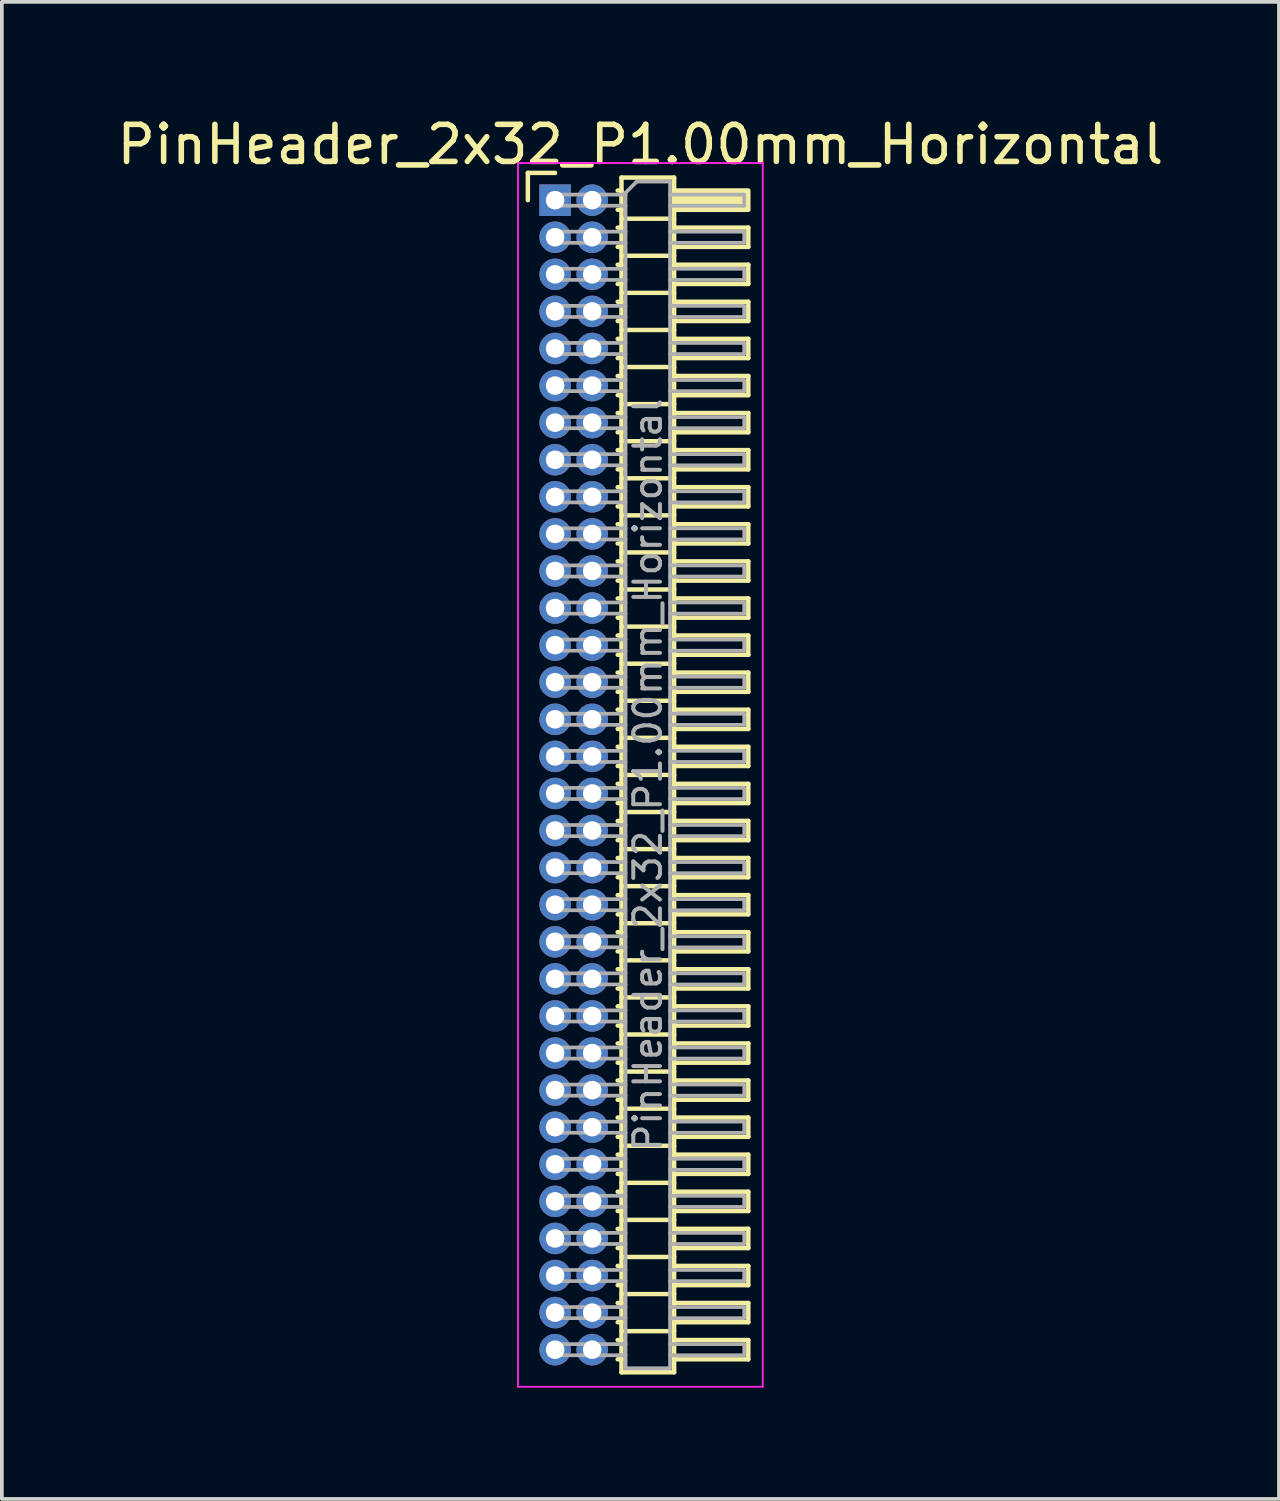
<source format=kicad_pcb>
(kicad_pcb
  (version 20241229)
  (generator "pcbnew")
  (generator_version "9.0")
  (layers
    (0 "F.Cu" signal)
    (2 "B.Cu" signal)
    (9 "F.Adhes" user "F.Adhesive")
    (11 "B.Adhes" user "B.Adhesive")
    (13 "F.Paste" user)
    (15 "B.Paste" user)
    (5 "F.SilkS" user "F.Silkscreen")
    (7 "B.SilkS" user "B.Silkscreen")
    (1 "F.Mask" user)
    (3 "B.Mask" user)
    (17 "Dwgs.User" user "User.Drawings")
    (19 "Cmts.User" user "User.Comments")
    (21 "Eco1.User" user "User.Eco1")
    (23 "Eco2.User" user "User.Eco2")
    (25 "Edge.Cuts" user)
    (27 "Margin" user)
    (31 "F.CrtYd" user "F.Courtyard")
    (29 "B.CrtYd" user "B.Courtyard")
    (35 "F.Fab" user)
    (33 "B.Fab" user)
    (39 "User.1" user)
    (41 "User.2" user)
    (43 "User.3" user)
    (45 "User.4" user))
  (footprint "PinHeader_2x32_P1.00mm_Horizontal"
    (layer "F.Cu")
    (at 11.92 2.348)
    (property "Reference" "PinHeader_2x32_P1.00mm_Horizontal" (at 2.3 -1.5 0) (layer "F.SilkS") (effects (font (size 1 1) (thickness 0.15))))
    (attr through_hole)
    (fp_line (start -0.735 -0.735) (end 0 -0.735) (stroke (width 0.12) (type solid)) (layer "F.SilkS"))
    (fp_line (start -0.735 0) (end -0.735 -0.735) (stroke (width 0.12) (type solid)) (layer "F.SilkS"))
    (fp_line (start 1.687 -0.26) (end 1.79 -0.26) (stroke (width 0.12) (type solid)) (layer "F.SilkS"))
    (fp_line (start 1.687 0.26) (end 1.79 0.26) (stroke (width 0.12) (type solid)) (layer "F.SilkS"))
    (fp_line (start 1.687 0.74) (end 1.79 0.74) (stroke (width 0.12) (type solid)) (layer "F.SilkS"))
    (fp_line (start 1.687 1.26) (end 1.79 1.26) (stroke (width 0.12) (type solid)) (layer "F.SilkS"))
    (fp_line (start 1.687 1.74) (end 1.79 1.74) (stroke (width 0.12) (type solid)) (layer "F.SilkS"))
    (fp_line (start 1.687 2.26) (end 1.79 2.26) (stroke (width 0.12) (type solid)) (layer "F.SilkS"))
    (fp_line (start 1.687 2.74) (end 1.79 2.74) (stroke (width 0.12) (type solid)) (layer "F.SilkS"))
    (fp_line (start 1.687 3.26) (end 1.79 3.26) (stroke (width 0.12) (type solid)) (layer "F.SilkS"))
    (fp_line (start 1.687 3.74) (end 1.79 3.74) (stroke (width 0.12) (type solid)) (layer "F.SilkS"))
    (fp_line (start 1.687 4.26) (end 1.79 4.26) (stroke (width 0.12) (type solid)) (layer "F.SilkS"))
    (fp_line (start 1.687 4.74) (end 1.79 4.74) (stroke (width 0.12) (type solid)) (layer "F.SilkS"))
    (fp_line (start 1.687 5.26) (end 1.79 5.26) (stroke (width 0.12) (type solid)) (layer "F.SilkS"))
    (fp_line (start 1.687 5.74) (end 1.79 5.74) (stroke (width 0.12) (type solid)) (layer "F.SilkS"))
    (fp_line (start 1.687 6.26) (end 1.79 6.26) (stroke (width 0.12) (type solid)) (layer "F.SilkS"))
    (fp_line (start 1.687 6.74) (end 1.79 6.74) (stroke (width 0.12) (type solid)) (layer "F.SilkS"))
    (fp_line (start 1.687 7.26) (end 1.79 7.26) (stroke (width 0.12) (type solid)) (layer "F.SilkS"))
    (fp_line (start 1.687 7.74) (end 1.79 7.74) (stroke (width 0.12) (type solid)) (layer "F.SilkS"))
    (fp_line (start 1.687 8.26) (end 1.79 8.26) (stroke (width 0.12) (type solid)) (layer "F.SilkS"))
    (fp_line (start 1.687 8.74) (end 1.79 8.74) (stroke (width 0.12) (type solid)) (layer "F.SilkS"))
    (fp_line (start 1.687 9.26) (end 1.79 9.26) (stroke (width 0.12) (type solid)) (layer "F.SilkS"))
    (fp_line (start 1.687 9.74) (end 1.79 9.74) (stroke (width 0.12) (type solid)) (layer "F.SilkS"))
    (fp_line (start 1.687 10.26) (end 1.79 10.26) (stroke (width 0.12) (type solid)) (layer "F.SilkS"))
    (fp_line (start 1.687 10.74) (end 1.79 10.74) (stroke (width 0.12) (type solid)) (layer "F.SilkS"))
    (fp_line (start 1.687 11.26) (end 1.79 11.26) (stroke (width 0.12) (type solid)) (layer "F.SilkS"))
    (fp_line (start 1.687 11.74) (end 1.79 11.74) (stroke (width 0.12) (type solid)) (layer "F.SilkS"))
    (fp_line (start 1.687 12.26) (end 1.79 12.26) (stroke (width 0.12) (type solid)) (layer "F.SilkS"))
    (fp_line (start 1.687 12.74) (end 1.79 12.74) (stroke (width 0.12) (type solid)) (layer "F.SilkS"))
    (fp_line (start 1.687 13.26) (end 1.79 13.26) (stroke (width 0.12) (type solid)) (layer "F.SilkS"))
    (fp_line (start 1.687 13.74) (end 1.79 13.74) (stroke (width 0.12) (type solid)) (layer "F.SilkS"))
    (fp_line (start 1.687 14.26) (end 1.79 14.26) (stroke (width 0.12) (type solid)) (layer "F.SilkS"))
    (fp_line (start 1.687 14.74) (end 1.79 14.74) (stroke (width 0.12) (type solid)) (layer "F.SilkS"))
    (fp_line (start 1.687 15.26) (end 1.79 15.26) (stroke (width 0.12) (type solid)) (layer "F.SilkS"))
    (fp_line (start 1.687 15.74) (end 1.79 15.74) (stroke (width 0.12) (type solid)) (layer "F.SilkS"))
    (fp_line (start 1.687 16.26) (end 1.79 16.26) (stroke (width 0.12) (type solid)) (layer "F.SilkS"))
    (fp_line (start 1.687 16.74) (end 1.79 16.74) (stroke (width 0.12) (type solid)) (layer "F.SilkS"))
    (fp_line (start 1.687 17.26) (end 1.79 17.26) (stroke (width 0.12) (type solid)) (layer "F.SilkS"))
    (fp_line (start 1.687 17.74) (end 1.79 17.74) (stroke (width 0.12) (type solid)) (layer "F.SilkS"))
    (fp_line (start 1.687 18.26) (end 1.79 18.26) (stroke (width 0.12) (type solid)) (layer "F.SilkS"))
    (fp_line (start 1.687 18.74) (end 1.79 18.74) (stroke (width 0.12) (type solid)) (layer "F.SilkS"))
    (fp_line (start 1.687 19.26) (end 1.79 19.26) (stroke (width 0.12) (type solid)) (layer "F.SilkS"))
    (fp_line (start 1.687 19.74) (end 1.79 19.74) (stroke (width 0.12) (type solid)) (layer "F.SilkS"))
    (fp_line (start 1.687 20.26) (end 1.79 20.26) (stroke (width 0.12) (type solid)) (layer "F.SilkS"))
    (fp_line (start 1.687 20.74) (end 1.79 20.74) (stroke (width 0.12) (type solid)) (layer "F.SilkS"))
    (fp_line (start 1.687 21.26) (end 1.79 21.26) (stroke (width 0.12) (type solid)) (layer "F.SilkS"))
    (fp_line (start 1.687 21.74) (end 1.79 21.74) (stroke (width 0.12) (type solid)) (layer "F.SilkS"))
    (fp_line (start 1.687 22.26) (end 1.79 22.26) (stroke (width 0.12) (type solid)) (layer "F.SilkS"))
    (fp_line (start 1.687 22.74) (end 1.79 22.74) (stroke (width 0.12) (type solid)) (layer "F.SilkS"))
    (fp_line (start 1.687 23.26) (end 1.79 23.26) (stroke (width 0.12) (type solid)) (layer "F.SilkS"))
    (fp_line (start 1.687 23.74) (end 1.79 23.74) (stroke (width 0.12) (type solid)) (layer "F.SilkS"))
    (fp_line (start 1.687 24.26) (end 1.79 24.26) (stroke (width 0.12) (type solid)) (layer "F.SilkS"))
    (fp_line (start 1.687 24.74) (end 1.79 24.74) (stroke (width 0.12) (type solid)) (layer "F.SilkS"))
    (fp_line (start 1.687 25.26) (end 1.79 25.26) (stroke (width 0.12) (type solid)) (layer "F.SilkS"))
    (fp_line (start 1.687 25.74) (end 1.79 25.74) (stroke (width 0.12) (type solid)) (layer "F.SilkS"))
    (fp_line (start 1.687 26.26) (end 1.79 26.26) (stroke (width 0.12) (type solid)) (layer "F.SilkS"))
    (fp_line (start 1.687 26.74) (end 1.79 26.74) (stroke (width 0.12) (type solid)) (layer "F.SilkS"))
    (fp_line (start 1.687 27.26) (end 1.79 27.26) (stroke (width 0.12) (type solid)) (layer "F.SilkS"))
    (fp_line (start 1.687 27.74) (end 1.79 27.74) (stroke (width 0.12) (type solid)) (layer "F.SilkS"))
    (fp_line (start 1.687 28.26) (end 1.79 28.26) (stroke (width 0.12) (type solid)) (layer "F.SilkS"))
    (fp_line (start 1.687 28.74) (end 1.79 28.74) (stroke (width 0.12) (type solid)) (layer "F.SilkS"))
    (fp_line (start 1.687 29.26) (end 1.79 29.26) (stroke (width 0.12) (type solid)) (layer "F.SilkS"))
    (fp_line (start 1.687 29.74) (end 1.79 29.74) (stroke (width 0.12) (type solid)) (layer "F.SilkS"))
    (fp_line (start 1.687 30.26) (end 1.79 30.26) (stroke (width 0.12) (type solid)) (layer "F.SilkS"))
    (fp_line (start 1.687 30.74) (end 1.79 30.74) (stroke (width 0.12) (type solid)) (layer "F.SilkS"))
    (fp_line (start 1.687 31.26) (end 1.79 31.26) (stroke (width 0.12) (type solid)) (layer "F.SilkS"))
    (fp_line (start 1.79 -0.61) (end 1.79 31.61) (stroke (width 0.12) (type solid)) (layer "F.SilkS"))
    (fp_line (start 1.79 0.5) (end 3.21 0.5) (stroke (width 0.12) (type solid)) (layer "F.SilkS"))
    (fp_line (start 1.79 1.5) (end 3.21 1.5) (stroke (width 0.12) (type solid)) (layer "F.SilkS"))
    (fp_line (start 1.79 2.5) (end 3.21 2.5) (stroke (width 0.12) (type solid)) (layer "F.SilkS"))
    (fp_line (start 1.79 3.5) (end 3.21 3.5) (stroke (width 0.12) (type solid)) (layer "F.SilkS"))
    (fp_line (start 1.79 4.5) (end 3.21 4.5) (stroke (width 0.12) (type solid)) (layer "F.SilkS"))
    (fp_line (start 1.79 5.5) (end 3.21 5.5) (stroke (width 0.12) (type solid)) (layer "F.SilkS"))
    (fp_line (start 1.79 6.5) (end 3.21 6.5) (stroke (width 0.12) (type solid)) (layer "F.SilkS"))
    (fp_line (start 1.79 7.5) (end 3.21 7.5) (stroke (width 0.12) (type solid)) (layer "F.SilkS"))
    (fp_line (start 1.79 8.5) (end 3.21 8.5) (stroke (width 0.12) (type solid)) (layer "F.SilkS"))
    (fp_line (start 1.79 9.5) (end 3.21 9.5) (stroke (width 0.12) (type solid)) (layer "F.SilkS"))
    (fp_line (start 1.79 10.5) (end 3.21 10.5) (stroke (width 0.12) (type solid)) (layer "F.SilkS"))
    (fp_line (start 1.79 11.5) (end 3.21 11.5) (stroke (width 0.12) (type solid)) (layer "F.SilkS"))
    (fp_line (start 1.79 12.5) (end 3.21 12.5) (stroke (width 0.12) (type solid)) (layer "F.SilkS"))
    (fp_line (start 1.79 13.5) (end 3.21 13.5) (stroke (width 0.12) (type solid)) (layer "F.SilkS"))
    (fp_line (start 1.79 14.5) (end 3.21 14.5) (stroke (width 0.12) (type solid)) (layer "F.SilkS"))
    (fp_line (start 1.79 15.5) (end 3.21 15.5) (stroke (width 0.12) (type solid)) (layer "F.SilkS"))
    (fp_line (start 1.79 16.5) (end 3.21 16.5) (stroke (width 0.12) (type solid)) (layer "F.SilkS"))
    (fp_line (start 1.79 17.5) (end 3.21 17.5) (stroke (width 0.12) (type solid)) (layer "F.SilkS"))
    (fp_line (start 1.79 18.5) (end 3.21 18.5) (stroke (width 0.12) (type solid)) (layer "F.SilkS"))
    (fp_line (start 1.79 19.5) (end 3.21 19.5) (stroke (width 0.12) (type solid)) (layer "F.SilkS"))
    (fp_line (start 1.79 20.5) (end 3.21 20.5) (stroke (width 0.12) (type solid)) (layer "F.SilkS"))
    (fp_line (start 1.79 21.5) (end 3.21 21.5) (stroke (width 0.12) (type solid)) (layer "F.SilkS"))
    (fp_line (start 1.79 22.5) (end 3.21 22.5) (stroke (width 0.12) (type solid)) (layer "F.SilkS"))
    (fp_line (start 1.79 23.5) (end 3.21 23.5) (stroke (width 0.12) (type solid)) (layer "F.SilkS"))
    (fp_line (start 1.79 24.5) (end 3.21 24.5) (stroke (width 0.12) (type solid)) (layer "F.SilkS"))
    (fp_line (start 1.79 25.5) (end 3.21 25.5) (stroke (width 0.12) (type solid)) (layer "F.SilkS"))
    (fp_line (start 1.79 26.5) (end 3.21 26.5) (stroke (width 0.12) (type solid)) (layer "F.SilkS"))
    (fp_line (start 1.79 27.5) (end 3.21 27.5) (stroke (width 0.12) (type solid)) (layer "F.SilkS"))
    (fp_line (start 1.79 28.5) (end 3.21 28.5) (stroke (width 0.12) (type solid)) (layer "F.SilkS"))
    (fp_line (start 1.79 29.5) (end 3.21 29.5) (stroke (width 0.12) (type solid)) (layer "F.SilkS"))
    (fp_line (start 1.79 30.5) (end 3.21 30.5) (stroke (width 0.12) (type solid)) (layer "F.SilkS"))
    (fp_line (start 1.79 31.61) (end 3.21 31.61) (stroke (width 0.12) (type solid)) (layer "F.SilkS"))
    (fp_line (start 3.21 -0.61) (end 1.79 -0.61) (stroke (width 0.12) (type solid)) (layer "F.SilkS"))
    (fp_line (start 3.21 0.74) (end 5.21 0.74) (stroke (width 0.12) (type solid)) (layer "F.SilkS"))
    (fp_line (start 3.21 1.74) (end 5.21 1.74) (stroke (width 0.12) (type solid)) (layer "F.SilkS"))
    (fp_line (start 3.21 2.74) (end 5.21 2.74) (stroke (width 0.12) (type solid)) (layer "F.SilkS"))
    (fp_line (start 3.21 3.74) (end 5.21 3.74) (stroke (width 0.12) (type solid)) (layer "F.SilkS"))
    (fp_line (start 3.21 4.74) (end 5.21 4.74) (stroke (width 0.12) (type solid)) (layer "F.SilkS"))
    (fp_line (start 3.21 5.74) (end 5.21 5.74) (stroke (width 0.12) (type solid)) (layer "F.SilkS"))
    (fp_line (start 3.21 6.74) (end 5.21 6.74) (stroke (width 0.12) (type solid)) (layer "F.SilkS"))
    (fp_line (start 3.21 7.74) (end 5.21 7.74) (stroke (width 0.12) (type solid)) (layer "F.SilkS"))
    (fp_line (start 3.21 8.74) (end 5.21 8.74) (stroke (width 0.12) (type solid)) (layer "F.SilkS"))
    (fp_line (start 3.21 9.74) (end 5.21 9.74) (stroke (width 0.12) (type solid)) (layer "F.SilkS"))
    (fp_line (start 3.21 10.74) (end 5.21 10.74) (stroke (width 0.12) (type solid)) (layer "F.SilkS"))
    (fp_line (start 3.21 11.74) (end 5.21 11.74) (stroke (width 0.12) (type solid)) (layer "F.SilkS"))
    (fp_line (start 3.21 12.74) (end 5.21 12.74) (stroke (width 0.12) (type solid)) (layer "F.SilkS"))
    (fp_line (start 3.21 13.74) (end 5.21 13.74) (stroke (width 0.12) (type solid)) (layer "F.SilkS"))
    (fp_line (start 3.21 14.74) (end 5.21 14.74) (stroke (width 0.12) (type solid)) (layer "F.SilkS"))
    (fp_line (start 3.21 15.74) (end 5.21 15.74) (stroke (width 0.12) (type solid)) (layer "F.SilkS"))
    (fp_line (start 3.21 16.74) (end 5.21 16.74) (stroke (width 0.12) (type solid)) (layer "F.SilkS"))
    (fp_line (start 3.21 17.74) (end 5.21 17.74) (stroke (width 0.12) (type solid)) (layer "F.SilkS"))
    (fp_line (start 3.21 18.74) (end 5.21 18.74) (stroke (width 0.12) (type solid)) (layer "F.SilkS"))
    (fp_line (start 3.21 19.74) (end 5.21 19.74) (stroke (width 0.12) (type solid)) (layer "F.SilkS"))
    (fp_line (start 3.21 20.74) (end 5.21 20.74) (stroke (width 0.12) (type solid)) (layer "F.SilkS"))
    (fp_line (start 3.21 21.74) (end 5.21 21.74) (stroke (width 0.12) (type solid)) (layer "F.SilkS"))
    (fp_line (start 3.21 22.74) (end 5.21 22.74) (stroke (width 0.12) (type solid)) (layer "F.SilkS"))
    (fp_line (start 3.21 23.74) (end 5.21 23.74) (stroke (width 0.12) (type solid)) (layer "F.SilkS"))
    (fp_line (start 3.21 24.74) (end 5.21 24.74) (stroke (width 0.12) (type solid)) (layer "F.SilkS"))
    (fp_line (start 3.21 25.74) (end 5.21 25.74) (stroke (width 0.12) (type solid)) (layer "F.SilkS"))
    (fp_line (start 3.21 26.74) (end 5.21 26.74) (stroke (width 0.12) (type solid)) (layer "F.SilkS"))
    (fp_line (start 3.21 27.74) (end 5.21 27.74) (stroke (width 0.12) (type solid)) (layer "F.SilkS"))
    (fp_line (start 3.21 28.74) (end 5.21 28.74) (stroke (width 0.12) (type solid)) (layer "F.SilkS"))
    (fp_line (start 3.21 29.74) (end 5.21 29.74) (stroke (width 0.12) (type solid)) (layer "F.SilkS"))
    (fp_line (start 3.21 30.74) (end 5.21 30.74) (stroke (width 0.12) (type solid)) (layer "F.SilkS"))
    (fp_line (start 3.21 31.61) (end 3.21 -0.61) (stroke (width 0.12) (type solid)) (layer "F.SilkS"))
    (fp_line (start 5.21 0.74) (end 5.21 1.26) (stroke (width 0.12) (type solid)) (layer "F.SilkS"))
    (fp_line (start 5.21 1.26) (end 3.21 1.26) (stroke (width 0.12) (type solid)) (layer "F.SilkS"))
    (fp_line (start 5.21 1.74) (end 5.21 2.26) (stroke (width 0.12) (type solid)) (layer "F.SilkS"))
    (fp_line (start 5.21 2.26) (end 3.21 2.26) (stroke (width 0.12) (type solid)) (layer "F.SilkS"))
    (fp_line (start 5.21 2.74) (end 5.21 3.26) (stroke (width 0.12) (type solid)) (layer "F.SilkS"))
    (fp_line (start 5.21 3.26) (end 3.21 3.26) (stroke (width 0.12) (type solid)) (layer "F.SilkS"))
    (fp_line (start 5.21 3.74) (end 5.21 4.26) (stroke (width 0.12) (type solid)) (layer "F.SilkS"))
    (fp_line (start 5.21 4.26) (end 3.21 4.26) (stroke (width 0.12) (type solid)) (layer "F.SilkS"))
    (fp_line (start 5.21 4.74) (end 5.21 5.26) (stroke (width 0.12) (type solid)) (layer "F.SilkS"))
    (fp_line (start 5.21 5.26) (end 3.21 5.26) (stroke (width 0.12) (type solid)) (layer "F.SilkS"))
    (fp_line (start 5.21 5.74) (end 5.21 6.26) (stroke (width 0.12) (type solid)) (layer "F.SilkS"))
    (fp_line (start 5.21 6.26) (end 3.21 6.26) (stroke (width 0.12) (type solid)) (layer "F.SilkS"))
    (fp_line (start 5.21 6.74) (end 5.21 7.26) (stroke (width 0.12) (type solid)) (layer "F.SilkS"))
    (fp_line (start 5.21 7.26) (end 3.21 7.26) (stroke (width 0.12) (type solid)) (layer "F.SilkS"))
    (fp_line (start 5.21 7.74) (end 5.21 8.26) (stroke (width 0.12) (type solid)) (layer "F.SilkS"))
    (fp_line (start 5.21 8.26) (end 3.21 8.26) (stroke (width 0.12) (type solid)) (layer "F.SilkS"))
    (fp_line (start 5.21 8.74) (end 5.21 9.26) (stroke (width 0.12) (type solid)) (layer "F.SilkS"))
    (fp_line (start 5.21 9.26) (end 3.21 9.26) (stroke (width 0.12) (type solid)) (layer "F.SilkS"))
    (fp_line (start 5.21 9.74) (end 5.21 10.26) (stroke (width 0.12) (type solid)) (layer "F.SilkS"))
    (fp_line (start 5.21 10.26) (end 3.21 10.26) (stroke (width 0.12) (type solid)) (layer "F.SilkS"))
    (fp_line (start 5.21 10.74) (end 5.21 11.26) (stroke (width 0.12) (type solid)) (layer "F.SilkS"))
    (fp_line (start 5.21 11.26) (end 3.21 11.26) (stroke (width 0.12) (type solid)) (layer "F.SilkS"))
    (fp_line (start 5.21 11.74) (end 5.21 12.26) (stroke (width 0.12) (type solid)) (layer "F.SilkS"))
    (fp_line (start 5.21 12.26) (end 3.21 12.26) (stroke (width 0.12) (type solid)) (layer "F.SilkS"))
    (fp_line (start 5.21 12.74) (end 5.21 13.26) (stroke (width 0.12) (type solid)) (layer "F.SilkS"))
    (fp_line (start 5.21 13.26) (end 3.21 13.26) (stroke (width 0.12) (type solid)) (layer "F.SilkS"))
    (fp_line (start 5.21 13.74) (end 5.21 14.26) (stroke (width 0.12) (type solid)) (layer "F.SilkS"))
    (fp_line (start 5.21 14.26) (end 3.21 14.26) (stroke (width 0.12) (type solid)) (layer "F.SilkS"))
    (fp_line (start 5.21 14.74) (end 5.21 15.26) (stroke (width 0.12) (type solid)) (layer "F.SilkS"))
    (fp_line (start 5.21 15.26) (end 3.21 15.26) (stroke (width 0.12) (type solid)) (layer "F.SilkS"))
    (fp_line (start 5.21 15.74) (end 5.21 16.26) (stroke (width 0.12) (type solid)) (layer "F.SilkS"))
    (fp_line (start 5.21 16.26) (end 3.21 16.26) (stroke (width 0.12) (type solid)) (layer "F.SilkS"))
    (fp_line (start 5.21 16.74) (end 5.21 17.26) (stroke (width 0.12) (type solid)) (layer "F.SilkS"))
    (fp_line (start 5.21 17.26) (end 3.21 17.26) (stroke (width 0.12) (type solid)) (layer "F.SilkS"))
    (fp_line (start 5.21 17.74) (end 5.21 18.26) (stroke (width 0.12) (type solid)) (layer "F.SilkS"))
    (fp_line (start 5.21 18.26) (end 3.21 18.26) (stroke (width 0.12) (type solid)) (layer "F.SilkS"))
    (fp_line (start 5.21 18.74) (end 5.21 19.26) (stroke (width 0.12) (type solid)) (layer "F.SilkS"))
    (fp_line (start 5.21 19.26) (end 3.21 19.26) (stroke (width 0.12) (type solid)) (layer "F.SilkS"))
    (fp_line (start 5.21 19.74) (end 5.21 20.26) (stroke (width 0.12) (type solid)) (layer "F.SilkS"))
    (fp_line (start 5.21 20.26) (end 3.21 20.26) (stroke (width 0.12) (type solid)) (layer "F.SilkS"))
    (fp_line (start 5.21 20.74) (end 5.21 21.26) (stroke (width 0.12) (type solid)) (layer "F.SilkS"))
    (fp_line (start 5.21 21.26) (end 3.21 21.26) (stroke (width 0.12) (type solid)) (layer "F.SilkS"))
    (fp_line (start 5.21 21.74) (end 5.21 22.26) (stroke (width 0.12) (type solid)) (layer "F.SilkS"))
    (fp_line (start 5.21 22.26) (end 3.21 22.26) (stroke (width 0.12) (type solid)) (layer "F.SilkS"))
    (fp_line (start 5.21 22.74) (end 5.21 23.26) (stroke (width 0.12) (type solid)) (layer "F.SilkS"))
    (fp_line (start 5.21 23.26) (end 3.21 23.26) (stroke (width 0.12) (type solid)) (layer "F.SilkS"))
    (fp_line (start 5.21 23.74) (end 5.21 24.26) (stroke (width 0.12) (type solid)) (layer "F.SilkS"))
    (fp_line (start 5.21 24.26) (end 3.21 24.26) (stroke (width 0.12) (type solid)) (layer "F.SilkS"))
    (fp_line (start 5.21 24.74) (end 5.21 25.26) (stroke (width 0.12) (type solid)) (layer "F.SilkS"))
    (fp_line (start 5.21 25.26) (end 3.21 25.26) (stroke (width 0.12) (type solid)) (layer "F.SilkS"))
    (fp_line (start 5.21 25.74) (end 5.21 26.26) (stroke (width 0.12) (type solid)) (layer "F.SilkS"))
    (fp_line (start 5.21 26.26) (end 3.21 26.26) (stroke (width 0.12) (type solid)) (layer "F.SilkS"))
    (fp_line (start 5.21 26.74) (end 5.21 27.26) (stroke (width 0.12) (type solid)) (layer "F.SilkS"))
    (fp_line (start 5.21 27.26) (end 3.21 27.26) (stroke (width 0.12) (type solid)) (layer "F.SilkS"))
    (fp_line (start 5.21 27.74) (end 5.21 28.26) (stroke (width 0.12) (type solid)) (layer "F.SilkS"))
    (fp_line (start 5.21 28.26) (end 3.21 28.26) (stroke (width 0.12) (type solid)) (layer "F.SilkS"))
    (fp_line (start 5.21 28.74) (end 5.21 29.26) (stroke (width 0.12) (type solid)) (layer "F.SilkS"))
    (fp_line (start 5.21 29.26) (end 3.21 29.26) (stroke (width 0.12) (type solid)) (layer "F.SilkS"))
    (fp_line (start 5.21 29.74) (end 5.21 30.26) (stroke (width 0.12) (type solid)) (layer "F.SilkS"))
    (fp_line (start 5.21 30.26) (end 3.21 30.26) (stroke (width 0.12) (type solid)) (layer "F.SilkS"))
    (fp_line (start 5.21 30.74) (end 5.21 31.26) (stroke (width 0.12) (type solid)) (layer "F.SilkS"))
    (fp_line (start 5.21 31.26) (end 3.21 31.26) (stroke (width 0.12) (type solid)) (layer "F.SilkS"))
    (fp_rect (start 3.21 -0.26) (end 5.21 0.26) (stroke (width 0.12) (type solid)) (fill yes) (layer "F.SilkS"))
    (fp_line (start -1 -1) (end -1 32) (stroke (width 0.05) (type solid)) (layer "F.CrtYd"))
    (fp_line (start -1 32) (end 5.6 32) (stroke (width 0.05) (type solid)) (layer "F.CrtYd"))
    (fp_line (start 5.6 -1) (end -1 -1) (stroke (width 0.05) (type solid)) (layer "F.CrtYd"))
    (fp_line (start 5.6 32) (end 5.6 -1) (stroke (width 0.05) (type solid)) (layer "F.CrtYd"))
    (fp_line (start -0.15 -0.15) (end -0.15 0.15) (stroke (width 0.1) (type solid)) (layer "F.Fab"))
    (fp_line (start -0.15 -0.15) (end 1.9 -0.15) (stroke (width 0.1) (type solid)) (layer "F.Fab"))
    (fp_line (start -0.15 0.15) (end 1.9 0.15) (stroke (width 0.1) (type solid)) (layer "F.Fab"))
    (fp_line (start -0.15 0.85) (end -0.15 1.15) (stroke (width 0.1) (type solid)) (layer "F.Fab"))
    (fp_line (start -0.15 0.85) (end 1.9 0.85) (stroke (width 0.1) (type solid)) (layer "F.Fab"))
    (fp_line (start -0.15 1.15) (end 1.9 1.15) (stroke (width 0.1) (type solid)) (layer "F.Fab"))
    (fp_line (start -0.15 1.85) (end -0.15 2.15) (stroke (width 0.1) (type solid)) (layer "F.Fab"))
    (fp_line (start -0.15 1.85) (end 1.9 1.85) (stroke (width 0.1) (type solid)) (layer "F.Fab"))
    (fp_line (start -0.15 2.15) (end 1.9 2.15) (stroke (width 0.1) (type solid)) (layer "F.Fab"))
    (fp_line (start -0.15 2.85) (end -0.15 3.15) (stroke (width 0.1) (type solid)) (layer "F.Fab"))
    (fp_line (start -0.15 2.85) (end 1.9 2.85) (stroke (width 0.1) (type solid)) (layer "F.Fab"))
    (fp_line (start -0.15 3.15) (end 1.9 3.15) (stroke (width 0.1) (type solid)) (layer "F.Fab"))
    (fp_line (start -0.15 3.85) (end -0.15 4.15) (stroke (width 0.1) (type solid)) (layer "F.Fab"))
    (fp_line (start -0.15 3.85) (end 1.9 3.85) (stroke (width 0.1) (type solid)) (layer "F.Fab"))
    (fp_line (start -0.15 4.15) (end 1.9 4.15) (stroke (width 0.1) (type solid)) (layer "F.Fab"))
    (fp_line (start -0.15 4.85) (end -0.15 5.15) (stroke (width 0.1) (type solid)) (layer "F.Fab"))
    (fp_line (start -0.15 4.85) (end 1.9 4.85) (stroke (width 0.1) (type solid)) (layer "F.Fab"))
    (fp_line (start -0.15 5.15) (end 1.9 5.15) (stroke (width 0.1) (type solid)) (layer "F.Fab"))
    (fp_line (start -0.15 5.85) (end -0.15 6.15) (stroke (width 0.1) (type solid)) (layer "F.Fab"))
    (fp_line (start -0.15 5.85) (end 1.9 5.85) (stroke (width 0.1) (type solid)) (layer "F.Fab"))
    (fp_line (start -0.15 6.15) (end 1.9 6.15) (stroke (width 0.1) (type solid)) (layer "F.Fab"))
    (fp_line (start -0.15 6.85) (end -0.15 7.15) (stroke (width 0.1) (type solid)) (layer "F.Fab"))
    (fp_line (start -0.15 6.85) (end 1.9 6.85) (stroke (width 0.1) (type solid)) (layer "F.Fab"))
    (fp_line (start -0.15 7.15) (end 1.9 7.15) (stroke (width 0.1) (type solid)) (layer "F.Fab"))
    (fp_line (start -0.15 7.85) (end -0.15 8.15) (stroke (width 0.1) (type solid)) (layer "F.Fab"))
    (fp_line (start -0.15 7.85) (end 1.9 7.85) (stroke (width 0.1) (type solid)) (layer "F.Fab"))
    (fp_line (start -0.15 8.15) (end 1.9 8.15) (stroke (width 0.1) (type solid)) (layer "F.Fab"))
    (fp_line (start -0.15 8.85) (end -0.15 9.15) (stroke (width 0.1) (type solid)) (layer "F.Fab"))
    (fp_line (start -0.15 8.85) (end 1.9 8.85) (stroke (width 0.1) (type solid)) (layer "F.Fab"))
    (fp_line (start -0.15 9.15) (end 1.9 9.15) (stroke (width 0.1) (type solid)) (layer "F.Fab"))
    (fp_line (start -0.15 9.85) (end -0.15 10.15) (stroke (width 0.1) (type solid)) (layer "F.Fab"))
    (fp_line (start -0.15 9.85) (end 1.9 9.85) (stroke (width 0.1) (type solid)) (layer "F.Fab"))
    (fp_line (start -0.15 10.15) (end 1.9 10.15) (stroke (width 0.1) (type solid)) (layer "F.Fab"))
    (fp_line (start -0.15 10.85) (end -0.15 11.15) (stroke (width 0.1) (type solid)) (layer "F.Fab"))
    (fp_line (start -0.15 10.85) (end 1.9 10.85) (stroke (width 0.1) (type solid)) (layer "F.Fab"))
    (fp_line (start -0.15 11.15) (end 1.9 11.15) (stroke (width 0.1) (type solid)) (layer "F.Fab"))
    (fp_line (start -0.15 11.85) (end -0.15 12.15) (stroke (width 0.1) (type solid)) (layer "F.Fab"))
    (fp_line (start -0.15 11.85) (end 1.9 11.85) (stroke (width 0.1) (type solid)) (layer "F.Fab"))
    (fp_line (start -0.15 12.15) (end 1.9 12.15) (stroke (width 0.1) (type solid)) (layer "F.Fab"))
    (fp_line (start -0.15 12.85) (end -0.15 13.15) (stroke (width 0.1) (type solid)) (layer "F.Fab"))
    (fp_line (start -0.15 12.85) (end 1.9 12.85) (stroke (width 0.1) (type solid)) (layer "F.Fab"))
    (fp_line (start -0.15 13.15) (end 1.9 13.15) (stroke (width 0.1) (type solid)) (layer "F.Fab"))
    (fp_line (start -0.15 13.85) (end -0.15 14.15) (stroke (width 0.1) (type solid)) (layer "F.Fab"))
    (fp_line (start -0.15 13.85) (end 1.9 13.85) (stroke (width 0.1) (type solid)) (layer "F.Fab"))
    (fp_line (start -0.15 14.15) (end 1.9 14.15) (stroke (width 0.1) (type solid)) (layer "F.Fab"))
    (fp_line (start -0.15 14.85) (end -0.15 15.15) (stroke (width 0.1) (type solid)) (layer "F.Fab"))
    (fp_line (start -0.15 14.85) (end 1.9 14.85) (stroke (width 0.1) (type solid)) (layer "F.Fab"))
    (fp_line (start -0.15 15.15) (end 1.9 15.15) (stroke (width 0.1) (type solid)) (layer "F.Fab"))
    (fp_line (start -0.15 15.85) (end -0.15 16.15) (stroke (width 0.1) (type solid)) (layer "F.Fab"))
    (fp_line (start -0.15 15.85) (end 1.9 15.85) (stroke (width 0.1) (type solid)) (layer "F.Fab"))
    (fp_line (start -0.15 16.15) (end 1.9 16.15) (stroke (width 0.1) (type solid)) (layer "F.Fab"))
    (fp_line (start -0.15 16.85) (end -0.15 17.15) (stroke (width 0.1) (type solid)) (layer "F.Fab"))
    (fp_line (start -0.15 16.85) (end 1.9 16.85) (stroke (width 0.1) (type solid)) (layer "F.Fab"))
    (fp_line (start -0.15 17.15) (end 1.9 17.15) (stroke (width 0.1) (type solid)) (layer "F.Fab"))
    (fp_line (start -0.15 17.85) (end -0.15 18.15) (stroke (width 0.1) (type solid)) (layer "F.Fab"))
    (fp_line (start -0.15 17.85) (end 1.9 17.85) (stroke (width 0.1) (type solid)) (layer "F.Fab"))
    (fp_line (start -0.15 18.15) (end 1.9 18.15) (stroke (width 0.1) (type solid)) (layer "F.Fab"))
    (fp_line (start -0.15 18.85) (end -0.15 19.15) (stroke (width 0.1) (type solid)) (layer "F.Fab"))
    (fp_line (start -0.15 18.85) (end 1.9 18.85) (stroke (width 0.1) (type solid)) (layer "F.Fab"))
    (fp_line (start -0.15 19.15) (end 1.9 19.15) (stroke (width 0.1) (type solid)) (layer "F.Fab"))
    (fp_line (start -0.15 19.85) (end -0.15 20.15) (stroke (width 0.1) (type solid)) (layer "F.Fab"))
    (fp_line (start -0.15 19.85) (end 1.9 19.85) (stroke (width 0.1) (type solid)) (layer "F.Fab"))
    (fp_line (start -0.15 20.15) (end 1.9 20.15) (stroke (width 0.1) (type solid)) (layer "F.Fab"))
    (fp_line (start -0.15 20.85) (end -0.15 21.15) (stroke (width 0.1) (type solid)) (layer "F.Fab"))
    (fp_line (start -0.15 20.85) (end 1.9 20.85) (stroke (width 0.1) (type solid)) (layer "F.Fab"))
    (fp_line (start -0.15 21.15) (end 1.9 21.15) (stroke (width 0.1) (type solid)) (layer "F.Fab"))
    (fp_line (start -0.15 21.85) (end -0.15 22.15) (stroke (width 0.1) (type solid)) (layer "F.Fab"))
    (fp_line (start -0.15 21.85) (end 1.9 21.85) (stroke (width 0.1) (type solid)) (layer "F.Fab"))
    (fp_line (start -0.15 22.15) (end 1.9 22.15) (stroke (width 0.1) (type solid)) (layer "F.Fab"))
    (fp_line (start -0.15 22.85) (end -0.15 23.15) (stroke (width 0.1) (type solid)) (layer "F.Fab"))
    (fp_line (start -0.15 22.85) (end 1.9 22.85) (stroke (width 0.1) (type solid)) (layer "F.Fab"))
    (fp_line (start -0.15 23.15) (end 1.9 23.15) (stroke (width 0.1) (type solid)) (layer "F.Fab"))
    (fp_line (start -0.15 23.85) (end -0.15 24.15) (stroke (width 0.1) (type solid)) (layer "F.Fab"))
    (fp_line (start -0.15 23.85) (end 1.9 23.85) (stroke (width 0.1) (type solid)) (layer "F.Fab"))
    (fp_line (start -0.15 24.15) (end 1.9 24.15) (stroke (width 0.1) (type solid)) (layer "F.Fab"))
    (fp_line (start -0.15 24.85) (end -0.15 25.15) (stroke (width 0.1) (type solid)) (layer "F.Fab"))
    (fp_line (start -0.15 24.85) (end 1.9 24.85) (stroke (width 0.1) (type solid)) (layer "F.Fab"))
    (fp_line (start -0.15 25.15) (end 1.9 25.15) (stroke (width 0.1) (type solid)) (layer "F.Fab"))
    (fp_line (start -0.15 25.85) (end -0.15 26.15) (stroke (width 0.1) (type solid)) (layer "F.Fab"))
    (fp_line (start -0.15 25.85) (end 1.9 25.85) (stroke (width 0.1) (type solid)) (layer "F.Fab"))
    (fp_line (start -0.15 26.15) (end 1.9 26.15) (stroke (width 0.1) (type solid)) (layer "F.Fab"))
    (fp_line (start -0.15 26.85) (end -0.15 27.15) (stroke (width 0.1) (type solid)) (layer "F.Fab"))
    (fp_line (start -0.15 26.85) (end 1.9 26.85) (stroke (width 0.1) (type solid)) (layer "F.Fab"))
    (fp_line (start -0.15 27.15) (end 1.9 27.15) (stroke (width 0.1) (type solid)) (layer "F.Fab"))
    (fp_line (start -0.15 27.85) (end -0.15 28.15) (stroke (width 0.1) (type solid)) (layer "F.Fab"))
    (fp_line (start -0.15 27.85) (end 1.9 27.85) (stroke (width 0.1) (type solid)) (layer "F.Fab"))
    (fp_line (start -0.15 28.15) (end 1.9 28.15) (stroke (width 0.1) (type solid)) (layer "F.Fab"))
    (fp_line (start -0.15 28.85) (end -0.15 29.15) (stroke (width 0.1) (type solid)) (layer "F.Fab"))
    (fp_line (start -0.15 28.85) (end 1.9 28.85) (stroke (width 0.1) (type solid)) (layer "F.Fab"))
    (fp_line (start -0.15 29.15) (end 1.9 29.15) (stroke (width 0.1) (type solid)) (layer "F.Fab"))
    (fp_line (start -0.15 29.85) (end -0.15 30.15) (stroke (width 0.1) (type solid)) (layer "F.Fab"))
    (fp_line (start -0.15 29.85) (end 1.9 29.85) (stroke (width 0.1) (type solid)) (layer "F.Fab"))
    (fp_line (start -0.15 30.15) (end 1.9 30.15) (stroke (width 0.1) (type solid)) (layer "F.Fab"))
    (fp_line (start -0.15 30.85) (end -0.15 31.15) (stroke (width 0.1) (type solid)) (layer "F.Fab"))
    (fp_line (start -0.15 30.85) (end 1.9 30.85) (stroke (width 0.1) (type solid)) (layer "F.Fab"))
    (fp_line (start -0.15 31.15) (end 1.9 31.15) (stroke (width 0.1) (type solid)) (layer "F.Fab"))
    (fp_line (start 1.9 -0.2) (end 2.2 -0.5) (stroke (width 0.1) (type solid)) (layer "F.Fab"))
    (fp_line (start 1.9 31.5) (end 1.9 -0.2) (stroke (width 0.1) (type solid)) (layer "F.Fab"))
    (fp_line (start 2.2 -0.5) (end 3.1 -0.5) (stroke (width 0.1) (type solid)) (layer "F.Fab"))
    (fp_line (start 3.1 -0.5) (end 3.1 31.5) (stroke (width 0.1) (type solid)) (layer "F.Fab"))
    (fp_line (start 3.1 -0.15) (end 5.1 -0.15) (stroke (width 0.1) (type solid)) (layer "F.Fab"))
    (fp_line (start 3.1 0.15) (end 5.1 0.15) (stroke (width 0.1) (type solid)) (layer "F.Fab"))
    (fp_line (start 3.1 0.85) (end 5.1 0.85) (stroke (width 0.1) (type solid)) (layer "F.Fab"))
    (fp_line (start 3.1 1.15) (end 5.1 1.15) (stroke (width 0.1) (type solid)) (layer "F.Fab"))
    (fp_line (start 3.1 1.85) (end 5.1 1.85) (stroke (width 0.1) (type solid)) (layer "F.Fab"))
    (fp_line (start 3.1 2.15) (end 5.1 2.15) (stroke (width 0.1) (type solid)) (layer "F.Fab"))
    (fp_line (start 3.1 2.85) (end 5.1 2.85) (stroke (width 0.1) (type solid)) (layer "F.Fab"))
    (fp_line (start 3.1 3.15) (end 5.1 3.15) (stroke (width 0.1) (type solid)) (layer "F.Fab"))
    (fp_line (start 3.1 3.85) (end 5.1 3.85) (stroke (width 0.1) (type solid)) (layer "F.Fab"))
    (fp_line (start 3.1 4.15) (end 5.1 4.15) (stroke (width 0.1) (type solid)) (layer "F.Fab"))
    (fp_line (start 3.1 4.85) (end 5.1 4.85) (stroke (width 0.1) (type solid)) (layer "F.Fab"))
    (fp_line (start 3.1 5.15) (end 5.1 5.15) (stroke (width 0.1) (type solid)) (layer "F.Fab"))
    (fp_line (start 3.1 5.85) (end 5.1 5.85) (stroke (width 0.1) (type solid)) (layer "F.Fab"))
    (fp_line (start 3.1 6.15) (end 5.1 6.15) (stroke (width 0.1) (type solid)) (layer "F.Fab"))
    (fp_line (start 3.1 6.85) (end 5.1 6.85) (stroke (width 0.1) (type solid)) (layer "F.Fab"))
    (fp_line (start 3.1 7.15) (end 5.1 7.15) (stroke (width 0.1) (type solid)) (layer "F.Fab"))
    (fp_line (start 3.1 7.85) (end 5.1 7.85) (stroke (width 0.1) (type solid)) (layer "F.Fab"))
    (fp_line (start 3.1 8.15) (end 5.1 8.15) (stroke (width 0.1) (type solid)) (layer "F.Fab"))
    (fp_line (start 3.1 8.85) (end 5.1 8.85) (stroke (width 0.1) (type solid)) (layer "F.Fab"))
    (fp_line (start 3.1 9.15) (end 5.1 9.15) (stroke (width 0.1) (type solid)) (layer "F.Fab"))
    (fp_line (start 3.1 9.85) (end 5.1 9.85) (stroke (width 0.1) (type solid)) (layer "F.Fab"))
    (fp_line (start 3.1 10.15) (end 5.1 10.15) (stroke (width 0.1) (type solid)) (layer "F.Fab"))
    (fp_line (start 3.1 10.85) (end 5.1 10.85) (stroke (width 0.1) (type solid)) (layer "F.Fab"))
    (fp_line (start 3.1 11.15) (end 5.1 11.15) (stroke (width 0.1) (type solid)) (layer "F.Fab"))
    (fp_line (start 3.1 11.85) (end 5.1 11.85) (stroke (width 0.1) (type solid)) (layer "F.Fab"))
    (fp_line (start 3.1 12.15) (end 5.1 12.15) (stroke (width 0.1) (type solid)) (layer "F.Fab"))
    (fp_line (start 3.1 12.85) (end 5.1 12.85) (stroke (width 0.1) (type solid)) (layer "F.Fab"))
    (fp_line (start 3.1 13.15) (end 5.1 13.15) (stroke (width 0.1) (type solid)) (layer "F.Fab"))
    (fp_line (start 3.1 13.85) (end 5.1 13.85) (stroke (width 0.1) (type solid)) (layer "F.Fab"))
    (fp_line (start 3.1 14.15) (end 5.1 14.15) (stroke (width 0.1) (type solid)) (layer "F.Fab"))
    (fp_line (start 3.1 14.85) (end 5.1 14.85) (stroke (width 0.1) (type solid)) (layer "F.Fab"))
    (fp_line (start 3.1 15.15) (end 5.1 15.15) (stroke (width 0.1) (type solid)) (layer "F.Fab"))
    (fp_line (start 3.1 15.85) (end 5.1 15.85) (stroke (width 0.1) (type solid)) (layer "F.Fab"))
    (fp_line (start 3.1 16.15) (end 5.1 16.15) (stroke (width 0.1) (type solid)) (layer "F.Fab"))
    (fp_line (start 3.1 16.85) (end 5.1 16.85) (stroke (width 0.1) (type solid)) (layer "F.Fab"))
    (fp_line (start 3.1 17.15) (end 5.1 17.15) (stroke (width 0.1) (type solid)) (layer "F.Fab"))
    (fp_line (start 3.1 17.85) (end 5.1 17.85) (stroke (width 0.1) (type solid)) (layer "F.Fab"))
    (fp_line (start 3.1 18.15) (end 5.1 18.15) (stroke (width 0.1) (type solid)) (layer "F.Fab"))
    (fp_line (start 3.1 18.85) (end 5.1 18.85) (stroke (width 0.1) (type solid)) (layer "F.Fab"))
    (fp_line (start 3.1 19.15) (end 5.1 19.15) (stroke (width 0.1) (type solid)) (layer "F.Fab"))
    (fp_line (start 3.1 19.85) (end 5.1 19.85) (stroke (width 0.1) (type solid)) (layer "F.Fab"))
    (fp_line (start 3.1 20.15) (end 5.1 20.15) (stroke (width 0.1) (type solid)) (layer "F.Fab"))
    (fp_line (start 3.1 20.85) (end 5.1 20.85) (stroke (width 0.1) (type solid)) (layer "F.Fab"))
    (fp_line (start 3.1 21.15) (end 5.1 21.15) (stroke (width 0.1) (type solid)) (layer "F.Fab"))
    (fp_line (start 3.1 21.85) (end 5.1 21.85) (stroke (width 0.1) (type solid)) (layer "F.Fab"))
    (fp_line (start 3.1 22.15) (end 5.1 22.15) (stroke (width 0.1) (type solid)) (layer "F.Fab"))
    (fp_line (start 3.1 22.85) (end 5.1 22.85) (stroke (width 0.1) (type solid)) (layer "F.Fab"))
    (fp_line (start 3.1 23.15) (end 5.1 23.15) (stroke (width 0.1) (type solid)) (layer "F.Fab"))
    (fp_line (start 3.1 23.85) (end 5.1 23.85) (stroke (width 0.1) (type solid)) (layer "F.Fab"))
    (fp_line (start 3.1 24.15) (end 5.1 24.15) (stroke (width 0.1) (type solid)) (layer "F.Fab"))
    (fp_line (start 3.1 24.85) (end 5.1 24.85) (stroke (width 0.1) (type solid)) (layer "F.Fab"))
    (fp_line (start 3.1 25.15) (end 5.1 25.15) (stroke (width 0.1) (type solid)) (layer "F.Fab"))
    (fp_line (start 3.1 25.85) (end 5.1 25.85) (stroke (width 0.1) (type solid)) (layer "F.Fab"))
    (fp_line (start 3.1 26.15) (end 5.1 26.15) (stroke (width 0.1) (type solid)) (layer "F.Fab"))
    (fp_line (start 3.1 26.85) (end 5.1 26.85) (stroke (width 0.1) (type solid)) (layer "F.Fab"))
    (fp_line (start 3.1 27.15) (end 5.1 27.15) (stroke (width 0.1) (type solid)) (layer "F.Fab"))
    (fp_line (start 3.1 27.85) (end 5.1 27.85) (stroke (width 0.1) (type solid)) (layer "F.Fab"))
    (fp_line (start 3.1 28.15) (end 5.1 28.15) (stroke (width 0.1) (type solid)) (layer "F.Fab"))
    (fp_line (start 3.1 28.85) (end 5.1 28.85) (stroke (width 0.1) (type solid)) (layer "F.Fab"))
    (fp_line (start 3.1 29.15) (end 5.1 29.15) (stroke (width 0.1) (type solid)) (layer "F.Fab"))
    (fp_line (start 3.1 29.85) (end 5.1 29.85) (stroke (width 0.1) (type solid)) (layer "F.Fab"))
    (fp_line (start 3.1 30.15) (end 5.1 30.15) (stroke (width 0.1) (type solid)) (layer "F.Fab"))
    (fp_line (start 3.1 30.85) (end 5.1 30.85) (stroke (width 0.1) (type solid)) (layer "F.Fab"))
    (fp_line (start 3.1 31.15) (end 5.1 31.15) (stroke (width 0.1) (type solid)) (layer "F.Fab"))
    (fp_line (start 3.1 31.5) (end 1.9 31.5) (stroke (width 0.1) (type solid)) (layer "F.Fab"))
    (fp_line (start 5.1 -0.15) (end 5.1 0.15) (stroke (width 0.1) (type solid)) (layer "F.Fab"))
    (fp_line (start 5.1 0.85) (end 5.1 1.15) (stroke (width 0.1) (type solid)) (layer "F.Fab"))
    (fp_line (start 5.1 1.85) (end 5.1 2.15) (stroke (width 0.1) (type solid)) (layer "F.Fab"))
    (fp_line (start 5.1 2.85) (end 5.1 3.15) (stroke (width 0.1) (type solid)) (layer "F.Fab"))
    (fp_line (start 5.1 3.85) (end 5.1 4.15) (stroke (width 0.1) (type solid)) (layer "F.Fab"))
    (fp_line (start 5.1 4.85) (end 5.1 5.15) (stroke (width 0.1) (type solid)) (layer "F.Fab"))
    (fp_line (start 5.1 5.85) (end 5.1 6.15) (stroke (width 0.1) (type solid)) (layer "F.Fab"))
    (fp_line (start 5.1 6.85) (end 5.1 7.15) (stroke (width 0.1) (type solid)) (layer "F.Fab"))
    (fp_line (start 5.1 7.85) (end 5.1 8.15) (stroke (width 0.1) (type solid)) (layer "F.Fab"))
    (fp_line (start 5.1 8.85) (end 5.1 9.15) (stroke (width 0.1) (type solid)) (layer "F.Fab"))
    (fp_line (start 5.1 9.85) (end 5.1 10.15) (stroke (width 0.1) (type solid)) (layer "F.Fab"))
    (fp_line (start 5.1 10.85) (end 5.1 11.15) (stroke (width 0.1) (type solid)) (layer "F.Fab"))
    (fp_line (start 5.1 11.85) (end 5.1 12.15) (stroke (width 0.1) (type solid)) (layer "F.Fab"))
    (fp_line (start 5.1 12.85) (end 5.1 13.15) (stroke (width 0.1) (type solid)) (layer "F.Fab"))
    (fp_line (start 5.1 13.85) (end 5.1 14.15) (stroke (width 0.1) (type solid)) (layer "F.Fab"))
    (fp_line (start 5.1 14.85) (end 5.1 15.15) (stroke (width 0.1) (type solid)) (layer "F.Fab"))
    (fp_line (start 5.1 15.85) (end 5.1 16.15) (stroke (width 0.1) (type solid)) (layer "F.Fab"))
    (fp_line (start 5.1 16.85) (end 5.1 17.15) (stroke (width 0.1) (type solid)) (layer "F.Fab"))
    (fp_line (start 5.1 17.85) (end 5.1 18.15) (stroke (width 0.1) (type solid)) (layer "F.Fab"))
    (fp_line (start 5.1 18.85) (end 5.1 19.15) (stroke (width 0.1) (type solid)) (layer "F.Fab"))
    (fp_line (start 5.1 19.85) (end 5.1 20.15) (stroke (width 0.1) (type solid)) (layer "F.Fab"))
    (fp_line (start 5.1 20.85) (end 5.1 21.15) (stroke (width 0.1) (type solid)) (layer "F.Fab"))
    (fp_line (start 5.1 21.85) (end 5.1 22.15) (stroke (width 0.1) (type solid)) (layer "F.Fab"))
    (fp_line (start 5.1 22.85) (end 5.1 23.15) (stroke (width 0.1) (type solid)) (layer "F.Fab"))
    (fp_line (start 5.1 23.85) (end 5.1 24.15) (stroke (width 0.1) (type solid)) (layer "F.Fab"))
    (fp_line (start 5.1 24.85) (end 5.1 25.15) (stroke (width 0.1) (type solid)) (layer "F.Fab"))
    (fp_line (start 5.1 25.85) (end 5.1 26.15) (stroke (width 0.1) (type solid)) (layer "F.Fab"))
    (fp_line (start 5.1 26.85) (end 5.1 27.15) (stroke (width 0.1) (type solid)) (layer "F.Fab"))
    (fp_line (start 5.1 27.85) (end 5.1 28.15) (stroke (width 0.1) (type solid)) (layer "F.Fab"))
    (fp_line (start 5.1 28.85) (end 5.1 29.15) (stroke (width 0.1) (type solid)) (layer "F.Fab"))
    (fp_line (start 5.1 29.85) (end 5.1 30.15) (stroke (width 0.1) (type solid)) (layer "F.Fab"))
    (fp_line (start 5.1 30.85) (end 5.1 31.15) (stroke (width 0.1) (type solid)) (layer "F.Fab"))
    (fp_text user "${REFERENCE}" (at 2.5 15.5 90) (layer "F.Fab") (effects (font (size 0.72 0.72) (thickness 0.108))))
    (pad "1" thru_hole rect (at 0 0) (size 0.85 0.85) (drill 0.5) (layers "*.Cu" "*.Mask"))
    (pad "2" thru_hole circle (at 1 0) (size 0.85 0.85) (drill 0.5) (layers "*.Cu" "*.Mask"))
    (pad "3" thru_hole circle (at 0 1) (size 0.85 0.85) (drill 0.5) (layers "*.Cu" "*.Mask"))
    (pad "4" thru_hole circle (at 1 1) (size 0.85 0.85) (drill 0.5) (layers "*.Cu" "*.Mask"))
    (pad "5" thru_hole circle (at 0 2) (size 0.85 0.85) (drill 0.5) (layers "*.Cu" "*.Mask"))
    (pad "6" thru_hole circle (at 1 2) (size 0.85 0.85) (drill 0.5) (layers "*.Cu" "*.Mask"))
    (pad "7" thru_hole circle (at 0 3) (size 0.85 0.85) (drill 0.5) (layers "*.Cu" "*.Mask"))
    (pad "8" thru_hole circle (at 1 3) (size 0.85 0.85) (drill 0.5) (layers "*.Cu" "*.Mask"))
    (pad "9" thru_hole circle (at 0 4) (size 0.85 0.85) (drill 0.5) (layers "*.Cu" "*.Mask"))
    (pad "10" thru_hole circle (at 1 4) (size 0.85 0.85) (drill 0.5) (layers "*.Cu" "*.Mask"))
    (pad "11" thru_hole circle (at 0 5) (size 0.85 0.85) (drill 0.5) (layers "*.Cu" "*.Mask"))
    (pad "12" thru_hole circle (at 1 5) (size 0.85 0.85) (drill 0.5) (layers "*.Cu" "*.Mask"))
    (pad "13" thru_hole circle (at 0 6) (size 0.85 0.85) (drill 0.5) (layers "*.Cu" "*.Mask"))
    (pad "14" thru_hole circle (at 1 6) (size 0.85 0.85) (drill 0.5) (layers "*.Cu" "*.Mask"))
    (pad "15" thru_hole circle (at 0 7) (size 0.85 0.85) (drill 0.5) (layers "*.Cu" "*.Mask"))
    (pad "16" thru_hole circle (at 1 7) (size 0.85 0.85) (drill 0.5) (layers "*.Cu" "*.Mask"))
    (pad "17" thru_hole circle (at 0 8) (size 0.85 0.85) (drill 0.5) (layers "*.Cu" "*.Mask"))
    (pad "18" thru_hole circle (at 1 8) (size 0.85 0.85) (drill 0.5) (layers "*.Cu" "*.Mask"))
    (pad "19" thru_hole circle (at 0 9) (size 0.85 0.85) (drill 0.5) (layers "*.Cu" "*.Mask"))
    (pad "20" thru_hole circle (at 1 9) (size 0.85 0.85) (drill 0.5) (layers "*.Cu" "*.Mask"))
    (pad "21" thru_hole circle (at 0 10) (size 0.85 0.85) (drill 0.5) (layers "*.Cu" "*.Mask"))
    (pad "22" thru_hole circle (at 1 10) (size 0.85 0.85) (drill 0.5) (layers "*.Cu" "*.Mask"))
    (pad "23" thru_hole circle (at 0 11) (size 0.85 0.85) (drill 0.5) (layers "*.Cu" "*.Mask"))
    (pad "24" thru_hole circle (at 1 11) (size 0.85 0.85) (drill 0.5) (layers "*.Cu" "*.Mask"))
    (pad "25" thru_hole circle (at 0 12) (size 0.85 0.85) (drill 0.5) (layers "*.Cu" "*.Mask"))
    (pad "26" thru_hole circle (at 1 12) (size 0.85 0.85) (drill 0.5) (layers "*.Cu" "*.Mask"))
    (pad "27" thru_hole circle (at 0 13) (size 0.85 0.85) (drill 0.5) (layers "*.Cu" "*.Mask"))
    (pad "28" thru_hole circle (at 1 13) (size 0.85 0.85) (drill 0.5) (layers "*.Cu" "*.Mask"))
    (pad "29" thru_hole circle (at 0 14) (size 0.85 0.85) (drill 0.5) (layers "*.Cu" "*.Mask"))
    (pad "30" thru_hole circle (at 1 14) (size 0.85 0.85) (drill 0.5) (layers "*.Cu" "*.Mask"))
    (pad "31" thru_hole circle (at 0 15) (size 0.85 0.85) (drill 0.5) (layers "*.Cu" "*.Mask"))
    (pad "32" thru_hole circle (at 1 15) (size 0.85 0.85) (drill 0.5) (layers "*.Cu" "*.Mask"))
    (pad "33" thru_hole circle (at 0 16) (size 0.85 0.85) (drill 0.5) (layers "*.Cu" "*.Mask"))
    (pad "34" thru_hole circle (at 1 16) (size 0.85 0.85) (drill 0.5) (layers "*.Cu" "*.Mask"))
    (pad "35" thru_hole circle (at 0 17) (size 0.85 0.85) (drill 0.5) (layers "*.Cu" "*.Mask"))
    (pad "36" thru_hole circle (at 1 17) (size 0.85 0.85) (drill 0.5) (layers "*.Cu" "*.Mask"))
    (pad "37" thru_hole circle (at 0 18) (size 0.85 0.85) (drill 0.5) (layers "*.Cu" "*.Mask"))
    (pad "38" thru_hole circle (at 1 18) (size 0.85 0.85) (drill 0.5) (layers "*.Cu" "*.Mask"))
    (pad "39" thru_hole circle (at 0 19) (size 0.85 0.85) (drill 0.5) (layers "*.Cu" "*.Mask"))
    (pad "40" thru_hole circle (at 1 19) (size 0.85 0.85) (drill 0.5) (layers "*.Cu" "*.Mask"))
    (pad "41" thru_hole circle (at 0 20) (size 0.85 0.85) (drill 0.5) (layers "*.Cu" "*.Mask"))
    (pad "42" thru_hole circle (at 1 20) (size 0.85 0.85) (drill 0.5) (layers "*.Cu" "*.Mask"))
    (pad "43" thru_hole circle (at 0 21) (size 0.85 0.85) (drill 0.5) (layers "*.Cu" "*.Mask"))
    (pad "44" thru_hole circle (at 1 21) (size 0.85 0.85) (drill 0.5) (layers "*.Cu" "*.Mask"))
    (pad "45" thru_hole circle (at 0 22) (size 0.85 0.85) (drill 0.5) (layers "*.Cu" "*.Mask"))
    (pad "46" thru_hole circle (at 1 22) (size 0.85 0.85) (drill 0.5) (layers "*.Cu" "*.Mask"))
    (pad "47" thru_hole circle (at 0 23) (size 0.85 0.85) (drill 0.5) (layers "*.Cu" "*.Mask"))
    (pad "48" thru_hole circle (at 1 23) (size 0.85 0.85) (drill 0.5) (layers "*.Cu" "*.Mask"))
    (pad "49" thru_hole circle (at 0 24) (size 0.85 0.85) (drill 0.5) (layers "*.Cu" "*.Mask"))
    (pad "50" thru_hole circle (at 1 24) (size 0.85 0.85) (drill 0.5) (layers "*.Cu" "*.Mask"))
    (pad "51" thru_hole circle (at 0 25) (size 0.85 0.85) (drill 0.5) (layers "*.Cu" "*.Mask"))
    (pad "52" thru_hole circle (at 1 25) (size 0.85 0.85) (drill 0.5) (layers "*.Cu" "*.Mask"))
    (pad "53" thru_hole circle (at 0 26) (size 0.85 0.85) (drill 0.5) (layers "*.Cu" "*.Mask"))
    (pad "54" thru_hole circle (at 1 26) (size 0.85 0.85) (drill 0.5) (layers "*.Cu" "*.Mask"))
    (pad "55" thru_hole circle (at 0 27) (size 0.85 0.85) (drill 0.5) (layers "*.Cu" "*.Mask"))
    (pad "56" thru_hole circle (at 1 27) (size 0.85 0.85) (drill 0.5) (layers "*.Cu" "*.Mask"))
    (pad "57" thru_hole circle (at 0 28) (size 0.85 0.85) (drill 0.5) (layers "*.Cu" "*.Mask"))
    (pad "58" thru_hole circle (at 1 28) (size 0.85 0.85) (drill 0.5) (layers "*.Cu" "*.Mask"))
    (pad "59" thru_hole circle (at 0 29) (size 0.85 0.85) (drill 0.5) (layers "*.Cu" "*.Mask"))
    (pad "60" thru_hole circle (at 1 29) (size 0.85 0.85) (drill 0.5) (layers "*.Cu" "*.Mask"))
    (pad "61" thru_hole circle (at 0 30) (size 0.85 0.85) (drill 0.5) (layers "*.Cu" "*.Mask"))
    (pad "62" thru_hole circle (at 1 30) (size 0.85 0.85) (drill 0.5) (layers "*.Cu" "*.Mask"))
    (pad "63" thru_hole circle (at 0 31) (size 0.85 0.85) (drill 0.5) (layers "*.Cu" "*.Mask"))
    (pad "64" thru_hole circle (at 1 31) (size 0.85 0.85) (drill 0.5) (layers "*.Cu" "*.Mask")))
  (gr_rect
    (start -3 -3)
    (end 31.44 37.373)
    (stroke (width 0.1) (type default))
    (fill no)
    (layer "Edge.Cuts")))
</source>
